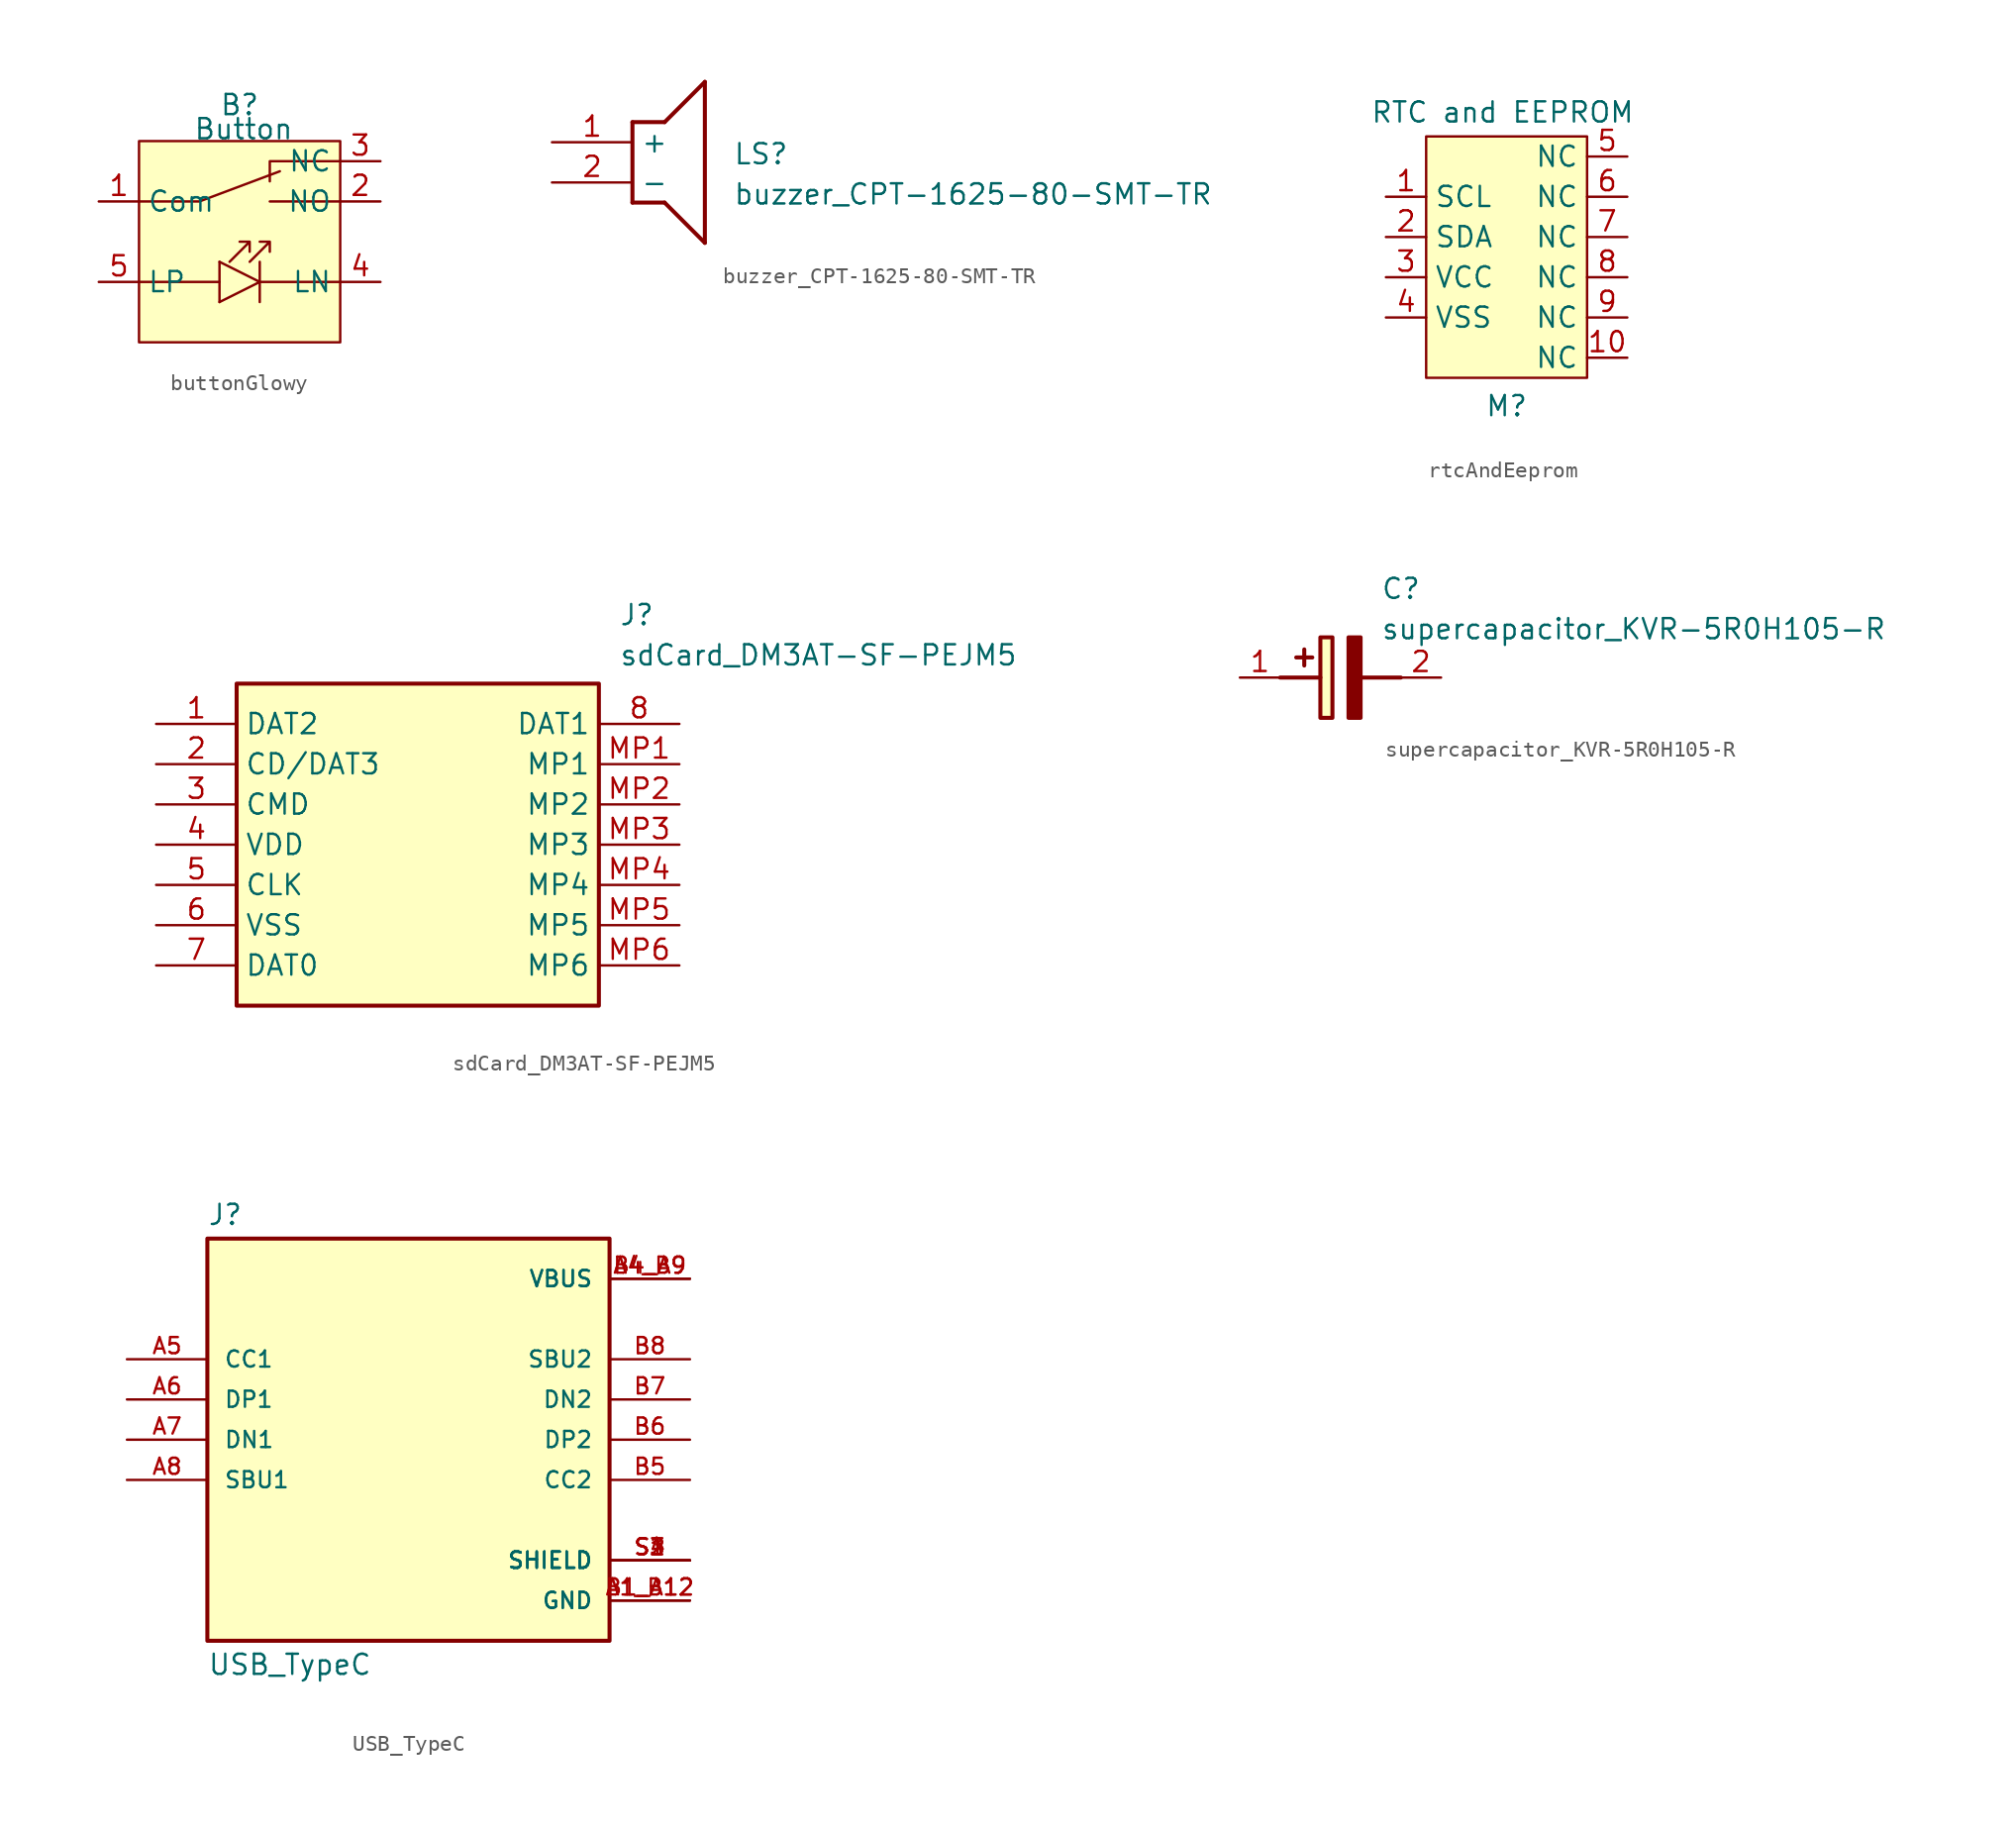
<source format=kicad_sym>
(kicad_symbol_lib
  (version 20241209)
  (generator "kicad_symbol_editor")
  (generator_version "9.0")
  (symbol "buttonGlowy"
    (property "Reference" "B"
      (at 8.89 6.096 0)
      (effects (font (size 1.27 1.27))))
    (property "Value" "Button"
      (at 9.144 4.572 0)
      (effects (font (size 1.27 1.27))))
    (symbol "buttonGlowy_1_1"
      (rectangle (start 2.54 3.81) (end 15.24 -8.89) (stroke (width 0) (type solid)) (fill (type background)))
      (polyline (pts (xy 2.54 0) (xy 6.35 0) (xy 11.43 1.905)) (stroke (width 0) (type default)) (fill (type none)))
      (polyline (pts (xy 2.54 -5.08) (xy 7.62 -5.08)) (stroke (width 0) (type default)) (fill (type none)))
      (polyline (pts (xy 7.62 -6.35) (xy 7.62 -3.81)) (stroke (width 0) (type default)) (fill (type none)))
      (polyline (pts (xy 7.62 -6.35) (xy 10.16 -5.08) (xy 7.62 -3.81)) (stroke (width 0) (type default)) (fill (type none)))
      (polyline (pts (xy 8.255 -3.81) (xy 9.525 -2.54) (xy 9.525 -3.175) (xy 9.525 -2.54) (xy 8.89 -2.54) (xy 9.525 -2.54)) (stroke (width 0) (type default)) (fill (type none)))
      (polyline (pts (xy 9.525 -3.81) (xy 10.795 -2.54) (xy 10.795 -3.175) (xy 10.795 -2.54) (xy 10.16 -2.54) (xy 10.795 -2.54)) (stroke (width 0) (type default)) (fill (type none)))
      (polyline (pts (xy 10.16 -3.81) (xy 10.16 -6.35)) (stroke (width 0) (type default)) (fill (type none)))
      (polyline (pts (xy 10.16 -5.08) (xy 15.24 -5.08)) (stroke (width 0) (type default)) (fill (type none)))
      (polyline (pts (xy 10.795 1.27) (xy 10.795 2.54) (xy 15.24 2.54)) (stroke (width 0) (type default)) (fill (type none)))
      (polyline (pts (xy 10.795 0) (xy 15.24 0)) (stroke (width 0) (type default)) (fill (type none)))
      (pin input line (at 0 0 0) (length 2.54) (name "Com" (effects (font (size 1.27 1.27)))) (number "1" (effects (font (size 1.27 1.27)))))
      (pin input line (at 0 -5.08 0) (length 2.54) (name "LP" (effects (font (size 1.27 1.27)))) (number "5" (effects (font (size 1.27 1.27)))))
      (pin input line (at 17.78 2.54 180) (length 2.54) (name "NC" (effects (font (size 1.27 1.27)))) (number "3" (effects (font (size 1.27 1.27)))))
      (pin input line (at 17.78 0 180) (length 2.54) (name "NO" (effects (font (size 1.27 1.27)))) (number "2" (effects (font (size 1.27 1.27)))))
      (pin input line (at 17.78 -5.08 180) (length 2.54) (name "LN" (effects (font (size 1.27 1.27)))) (number "4" (effects (font (size 1.27 1.27)))))))
  (symbol "buzzer_CPT-1625-80-SMT-TR"
    (property "Reference" "LS"
      (at 11.43 0 0)
      (effects (font (size 1.27 1.27)) (justify left top)))
    (property "Value" "buzzer_CPT-1625-80-SMT-TR"
      (at 11.43 -2.54 0)
      (effects (font (size 1.27 1.27)) (justify left top)))
    (symbol "buzzer_CPT-1625-80-SMT-TR_1_1"
      (polyline (pts (xy 5.08 1.27) (xy 5.08 -3.81)) (stroke (width 0.254) (type default)) (fill (type none)))
      (polyline (pts (xy 5.08 1.27) (xy 7.112 1.27)) (stroke (width 0.254) (type default)) (fill (type none)))
      (polyline (pts (xy 7.112 -3.81) (xy 5.08 -3.81)) (stroke (width 0.254) (type default)) (fill (type none)))
      (polyline (pts (xy 7.112 -3.81) (xy 9.652 -6.35)) (stroke (width 0.254) (type default)) (fill (type none)))
      (polyline (pts (xy 9.652 3.81) (xy 7.112 1.27)) (stroke (width 0.254) (type default)) (fill (type none)))
      (polyline (pts (xy 9.652 3.81) (xy 9.652 -6.35)) (stroke (width 0.254) (type default)) (fill (type none)))
      (pin passive line (at 0 0 0) (length 5.08) (name "+" (effects (font (size 1.27 1.27)))) (number "1" (effects (font (size 1.27 1.27)))))
      (pin passive line (at 0 -2.54 0) (length 5.08) (name "-" (effects (font (size 1.27 1.27)))) (number "2" (effects (font (size 1.27 1.27)))))))
  (symbol "rtcAndEeprom"
    (property "Reference" "M"
      (at 7.62 -13.208 0)
      (effects (font (size 1.27 1.27))))
    (property "Value" "RTC and EEPROM"
      (at 7.366 5.334 0)
      (effects (font (size 1.27 1.27))))
    (symbol "rtcAndEeprom_1_1"
      (rectangle (start 2.54 3.81) (end 12.7 -11.43) (stroke (width 0) (type solid)) (fill (type background)))
      (pin input line (at 0 0 0) (length 2.54) (name "SCL" (effects (font (size 1.27 1.27)))) (number "1" (effects (font (size 1.27 1.27)))))
      (pin input line (at 0 -2.54 0) (length 2.54) (name "SDA" (effects (font (size 1.27 1.27)))) (number "2" (effects (font (size 1.27 1.27)))))
      (pin input line (at 0 -5.08 0) (length 2.54) (name "VCC" (effects (font (size 1.27 1.27)))) (number "3" (effects (font (size 1.27 1.27)))))
      (pin input line (at 0 -7.62 0) (length 2.54) (name "VSS" (effects (font (size 1.27 1.27)))) (number "4" (effects (font (size 1.27 1.27)))))
      (pin input line (at 15.24 2.54 180) (length 2.54) (name "NC" (effects (font (size 1.27 1.27)))) (number "5" (effects (font (size 1.27 1.27)))))
      (pin input line (at 15.24 0 180) (length 2.54) (name "NC" (effects (font (size 1.27 1.27)))) (number "6" (effects (font (size 1.27 1.27)))))
      (pin input line (at 15.24 -2.54 180) (length 2.54) (name "NC" (effects (font (size 1.27 1.27)))) (number "7" (effects (font (size 1.27 1.27)))))
      (pin input line (at 15.24 -5.08 180) (length 2.54) (name "NC" (effects (font (size 1.27 1.27)))) (number "8" (effects (font (size 1.27 1.27)))))
      (pin input line (at 15.24 -7.62 180) (length 2.54) (name "NC" (effects (font (size 1.27 1.27)))) (number "9" (effects (font (size 1.27 1.27)))))
      (pin input line (at 15.24 -10.16 180) (length 2.54) (name "NC" (effects (font (size 1.27 1.27)))) (number "10" (effects (font (size 1.27 1.27)))))))
  (symbol "sdCard_DM3AT-SF-PEJM5"
    (property "Reference" "J"
      (at 29.21 7.62 0)
      (effects (font (size 1.27 1.27)) (justify left top)))
    (property "Value" "sdCard_DM3AT-SF-PEJM5"
      (at 29.21 5.08 0)
      (effects (font (size 1.27 1.27)) (justify left top)))
    (symbol "sdCard_DM3AT-SF-PEJM5_1_1"
      (rectangle (start 5.08 2.54) (end 27.94 -17.78) (stroke (width 0.254) (type default)) (fill (type background)))
      (pin passive line (at 0 0 0) (length 5.08) (name "DAT2" (effects (font (size 1.27 1.27)))) (number "1" (effects (font (size 1.27 1.27)))))
      (pin passive line (at 0 -2.54 0) (length 5.08) (name "CD/DAT3" (effects (font (size 1.27 1.27)))) (number "2" (effects (font (size 1.27 1.27)))))
      (pin passive line (at 0 -5.08 0) (length 5.08) (name "CMD" (effects (font (size 1.27 1.27)))) (number "3" (effects (font (size 1.27 1.27)))))
      (pin passive line (at 0 -7.62 0) (length 5.08) (name "VDD" (effects (font (size 1.27 1.27)))) (number "4" (effects (font (size 1.27 1.27)))))
      (pin passive line (at 0 -10.16 0) (length 5.08) (name "CLK" (effects (font (size 1.27 1.27)))) (number "5" (effects (font (size 1.27 1.27)))))
      (pin passive line (at 0 -12.7 0) (length 5.08) (name "VSS" (effects (font (size 1.27 1.27)))) (number "6" (effects (font (size 1.27 1.27)))))
      (pin passive line (at 0 -15.24 0) (length 5.08) (name "DAT0" (effects (font (size 1.27 1.27)))) (number "7" (effects (font (size 1.27 1.27)))))
      (pin passive line (at 33.02 0 180) (length 5.08) (name "DAT1" (effects (font (size 1.27 1.27)))) (number "8" (effects (font (size 1.27 1.27)))))
      (pin passive line (at 33.02 -2.54 180) (length 5.08) (name "MP1" (effects (font (size 1.27 1.27)))) (number "MP1" (effects (font (size 1.27 1.27)))))
      (pin passive line (at 33.02 -5.08 180) (length 5.08) (name "MP2" (effects (font (size 1.27 1.27)))) (number "MP2" (effects (font (size 1.27 1.27)))))
      (pin passive line (at 33.02 -7.62 180) (length 5.08) (name "MP3" (effects (font (size 1.27 1.27)))) (number "MP3" (effects (font (size 1.27 1.27)))))
      (pin passive line (at 33.02 -10.16 180) (length 5.08) (name "MP4" (effects (font (size 1.27 1.27)))) (number "MP4" (effects (font (size 1.27 1.27)))))
      (pin passive line (at 33.02 -12.7 180) (length 5.08) (name "MP5" (effects (font (size 1.27 1.27)))) (number "MP5" (effects (font (size 1.27 1.27)))))
      (pin passive line (at 33.02 -15.24 180) (length 5.08) (name "MP6" (effects (font (size 1.27 1.27)))) (number "MP6" (effects (font (size 1.27 1.27)))))))
  (symbol "supercapacitor_KVR-5R0H105-R"
    (pin_names
      (hide yes))
    (property "Reference" "C"
      (at 8.89 6.35 0)
      (effects (font (size 1.27 1.27)) (justify left top)))
    (property "Value" "supercapacitor_KVR-5R0H105-R"
      (at 8.89 3.81 0)
      (effects (font (size 1.27 1.27)) (justify left top)))
    (symbol "supercapacitor_KVR-5R0H105-R_1_1"
      (polyline (pts (xy 2.54 0) (xy 5.08 0)) (stroke (width 0.254) (type default)) (fill (type none)))
      (polyline (pts (xy 4.064 1.778) (xy 4.064 0.762)) (stroke (width 0.254) (type default)) (fill (type none)))
      (polyline (pts (xy 4.572 1.27) (xy 3.556 1.27)) (stroke (width 0.254) (type default)) (fill (type none)))
      (rectangle (start 5.08 2.54) (end 5.842 -2.54) (stroke (width 0.254) (type default)) (fill (type background)))
      (polyline (pts (xy 7.62 2.54) (xy 7.62 -2.54) (xy 6.858 -2.54) (xy 6.858 2.54) (xy 7.62 2.54)) (stroke (width 0.254) (type default)) (fill (type outline)))
      (polyline (pts (xy 7.62 0) (xy 10.16 0)) (stroke (width 0.254) (type default)) (fill (type none)))
      (pin passive line (at 0 0 0) (length 2.54) (name "+" (effects (font (size 1.27 1.27)))) (number "1" (effects (font (size 1.27 1.27)))))
      (pin passive line (at 12.7 0 180) (length 2.54) (name "-" (effects (font (size 1.27 1.27)))) (number "2" (effects (font (size 1.27 1.27)))))))
  (symbol "USB_TypeC"
    (pin_names
      (offset 1.016))
    (property "Reference" "J"
      (at -12.7 13.462 0)
      (effects (font (size 1.27 1.27)) (justify left bottom)))
    (property "Value" "USB_TypeC"
      (at -12.7 -13.462 0)
      (effects (font (size 1.27 1.27)) (justify left top)))
    (symbol "USB_TypeC_0_0"
      (rectangle (start -12.7 -12.7) (end 12.7 12.7) (stroke (width 0.254) (type default)) (fill (type background)))
      (pin bidirectional line (at -17.78 5.08 0) (length 5.08) (name "CC1" (effects (font (size 1.016 1.016)))) (number "A5" (effects (font (size 1.016 1.016)))))
      (pin bidirectional line (at -17.78 2.54 0) (length 5.08) (name "DP1" (effects (font (size 1.016 1.016)))) (number "A6" (effects (font (size 1.016 1.016)))))
      (pin bidirectional line (at -17.78 0 0) (length 5.08) (name "DN1" (effects (font (size 1.016 1.016)))) (number "A7" (effects (font (size 1.016 1.016)))))
      (pin bidirectional line (at -17.78 -2.54 0) (length 5.08) (name "SBU1" (effects (font (size 1.016 1.016)))) (number "A8" (effects (font (size 1.016 1.016)))))
      (pin power_in line (at 17.78 10.16 180) (length 5.08) (name "VBUS" (effects (font (size 1.016 1.016)))) (number "A4_B9" (effects (font (size 1.016 1.016)))))
      (pin power_in line (at 17.78 10.16 180) (length 5.08) (name "VBUS" (effects (font (size 1.016 1.016)))) (number "B4_A9" (effects (font (size 1.016 1.016)))))
      (pin bidirectional line (at 17.78 5.08 180) (length 5.08) (name "SBU2" (effects (font (size 1.016 1.016)))) (number "B8" (effects (font (size 1.016 1.016)))))
      (pin bidirectional line (at 17.78 2.54 180) (length 5.08) (name "DN2" (effects (font (size 1.016 1.016)))) (number "B7" (effects (font (size 1.016 1.016)))))
      (pin bidirectional line (at 17.78 0 180) (length 5.08) (name "DP2" (effects (font (size 1.016 1.016)))) (number "B6" (effects (font (size 1.016 1.016)))))
      (pin bidirectional line (at 17.78 -2.54 180) (length 5.08) (name "CC2" (effects (font (size 1.016 1.016)))) (number "B5" (effects (font (size 1.016 1.016)))))
      (pin passive line (at 17.78 -7.62 180) (length 5.08) (name "SHIELD" (effects (font (size 1.016 1.016)))) (number "S1" (effects (font (size 1.016 1.016)))))
      (pin passive line (at 17.78 -7.62 180) (length 5.08) (name "SHIELD" (effects (font (size 1.016 1.016)))) (number "S2" (effects (font (size 1.016 1.016)))))
      (pin passive line (at 17.78 -7.62 180) (length 5.08) (name "SHIELD" (effects (font (size 1.016 1.016)))) (number "S3" (effects (font (size 1.016 1.016)))))
      (pin passive line (at 17.78 -7.62 180) (length 5.08) (name "SHIELD" (effects (font (size 1.016 1.016)))) (number "S4" (effects (font (size 1.016 1.016)))))
      (pin power_in line (at 17.78 -10.16 180) (length 5.08) (name "GND" (effects (font (size 1.016 1.016)))) (number "A1_B12" (effects (font (size 1.016 1.016)))))
      (pin power_in line (at 17.78 -10.16 180) (length 5.08) (name "GND" (effects (font (size 1.016 1.016)))) (number "B1_A12" (effects (font (size 1.016 1.016))))))))
</source>
